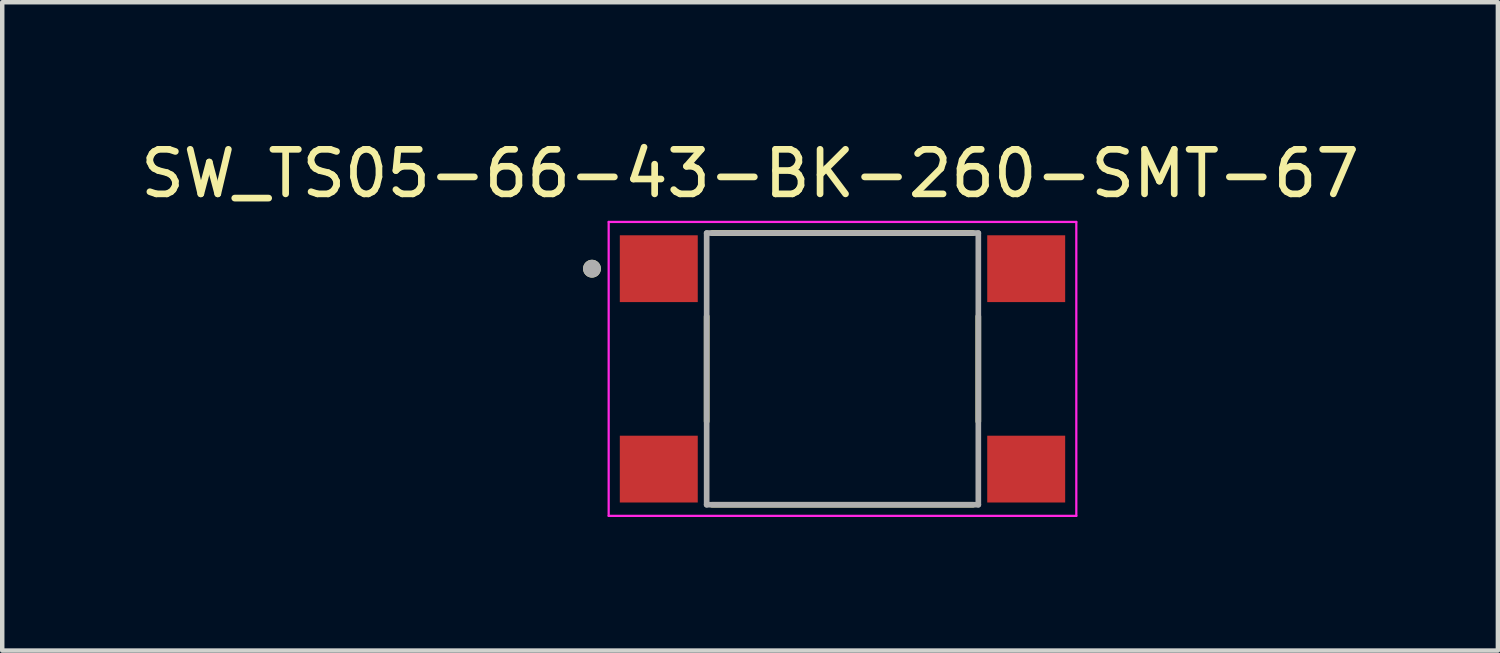
<source format=kicad_pcb>
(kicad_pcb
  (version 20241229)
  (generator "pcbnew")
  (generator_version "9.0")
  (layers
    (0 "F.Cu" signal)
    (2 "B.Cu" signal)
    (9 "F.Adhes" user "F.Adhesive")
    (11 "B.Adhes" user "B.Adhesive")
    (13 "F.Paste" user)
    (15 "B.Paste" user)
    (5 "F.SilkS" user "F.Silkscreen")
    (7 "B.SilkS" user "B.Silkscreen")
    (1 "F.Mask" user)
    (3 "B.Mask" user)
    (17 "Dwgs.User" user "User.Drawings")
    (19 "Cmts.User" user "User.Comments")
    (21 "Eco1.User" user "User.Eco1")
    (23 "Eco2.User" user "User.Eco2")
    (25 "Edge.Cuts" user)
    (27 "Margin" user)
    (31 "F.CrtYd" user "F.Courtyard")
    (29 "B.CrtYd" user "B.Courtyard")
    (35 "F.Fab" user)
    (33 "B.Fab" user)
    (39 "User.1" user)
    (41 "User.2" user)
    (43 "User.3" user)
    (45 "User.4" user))
  (footprint "SW_TS05-66-43-BK-260-SMT-67"
    (layer "F.Cu")
    (at 15.867 5.233)
    (property "Reference" "SW_TS05-66-43-BK-260-SMT-67" (at -2.075 -4.385 0) (layer "F.SilkS") (effects (font (size 1 1) (thickness 0.15))))
    (attr through_hole)
    (fp_line (start -3.05 -1.18) (end -3.05 1.18) (stroke (width 0.127) (type solid)) (layer "F.SilkS"))
    (fp_line (start -2.93 -3.05) (end 2.93 -3.05) (stroke (width 0.127) (type solid)) (layer "F.SilkS"))
    (fp_line (start -2.93 3.05) (end 2.93 3.05) (stroke (width 0.127) (type solid)) (layer "F.SilkS"))
    (fp_line (start 3.05 -1.18) (end 3.05 1.18) (stroke (width 0.127) (type solid)) (layer "F.SilkS"))
    (fp_circle (center -5.625 -2.25) (end -5.525 -2.25) (stroke (width 0.2) (type solid)) (fill no) (layer "F.SilkS"))
    (fp_line (start -5.25 -3.3) (end -5.25 3.3) (stroke (width 0.05) (type solid)) (layer "F.CrtYd"))
    (fp_line (start -5.25 3.3) (end 5.25 3.3) (stroke (width 0.05) (type solid)) (layer "F.CrtYd"))
    (fp_line (start 5.25 -3.3) (end -5.25 -3.3) (stroke (width 0.05) (type solid)) (layer "F.CrtYd"))
    (fp_line (start 5.25 3.3) (end 5.25 -3.3) (stroke (width 0.05) (type solid)) (layer "F.CrtYd"))
    (fp_line (start -3.05 -3.05) (end -3.05 3.05) (stroke (width 0.127) (type solid)) (layer "F.Fab"))
    (fp_line (start -3.05 3.05) (end 3.05 3.05) (stroke (width 0.127) (type solid)) (layer "F.Fab"))
    (fp_line (start 3.05 -3.05) (end -3.05 -3.05) (stroke (width 0.127) (type solid)) (layer "F.Fab"))
    (fp_line (start 3.05 3.05) (end 3.05 -3.05) (stroke (width 0.127) (type solid)) (layer "F.Fab"))
    (fp_circle (center -5.625 -2.25) (end -5.525 -2.25) (stroke (width 0.2) (type solid)) (fill no) (layer "F.Fab"))
    (pad "1" smd rect (at -4.125 -2.25) (size 1.75 1.5) (layers "F.Cu" "F.Mask" "F.Paste"))
    (pad "2" smd rect (at -4.125 2.25) (size 1.75 1.5) (layers "F.Cu" "F.Mask" "F.Paste"))
    (pad "3" smd rect (at 4.125 -2.25) (size 1.75 1.5) (layers "F.Cu" "F.Mask" "F.Paste"))
    (pad "4" smd rect (at 4.125 2.25) (size 1.75 1.5) (layers "F.Cu" "F.Mask" "F.Paste")))
  (gr_rect
    (start -3 -3)
    (end 30.583 11.558)
    (stroke (width 0.1) (type default))
    (fill no)
    (layer "Edge.Cuts")))
</source>
